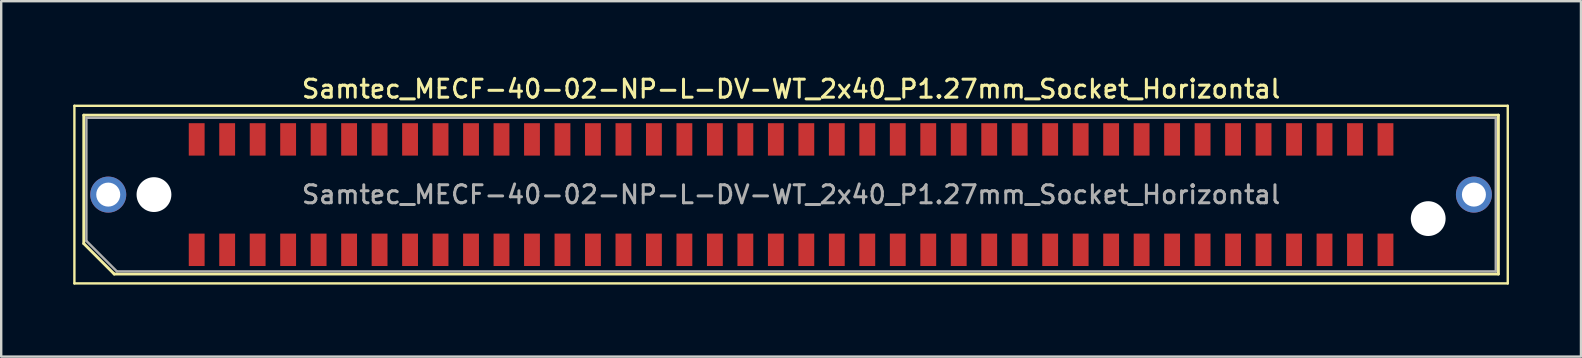
<source format=kicad_pcb>
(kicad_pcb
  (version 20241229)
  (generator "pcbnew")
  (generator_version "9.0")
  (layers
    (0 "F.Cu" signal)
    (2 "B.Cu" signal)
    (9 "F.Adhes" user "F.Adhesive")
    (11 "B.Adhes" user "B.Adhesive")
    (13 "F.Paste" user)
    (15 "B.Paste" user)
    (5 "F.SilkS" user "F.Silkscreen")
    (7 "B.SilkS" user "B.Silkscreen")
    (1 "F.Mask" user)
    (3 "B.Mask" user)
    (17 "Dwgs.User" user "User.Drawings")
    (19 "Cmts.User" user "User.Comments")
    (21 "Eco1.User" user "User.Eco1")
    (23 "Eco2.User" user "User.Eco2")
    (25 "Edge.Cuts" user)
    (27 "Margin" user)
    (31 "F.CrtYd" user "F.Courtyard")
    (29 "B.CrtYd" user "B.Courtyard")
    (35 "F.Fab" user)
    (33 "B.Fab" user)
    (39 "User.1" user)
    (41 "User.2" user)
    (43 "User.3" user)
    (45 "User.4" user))
  (footprint "Samtec_MECF-40-02-NP-L-DV-WT_2x40_P1.27mm_Socket_Horizontal"
    (layer "F.Cu")
    (at 29.91 5.058)
    (property "Reference" "Samtec_MECF-40-02-NP-L-DV-WT_2x40_P1.27mm_Socket_Horizontal" (at 0 -4.4 0) (layer "F.SilkS") (effects (font (size 0.75 0.75) (thickness 0.125))))
    (attr smd)
    (fp_line (start -29.86 -3.7) (end -29.86 3.7) (stroke (width 0.1) (type solid)) (layer "F.SilkS"))
    (fp_line (start -29.86 3.7) (end 29.86 3.7) (stroke (width 0.1) (type solid)) (layer "F.SilkS"))
    (fp_line (start -29.47 -3.31) (end 29.47 -3.31) (stroke (width 0.12) (type solid)) (layer "F.SilkS"))
    (fp_line (start -29.47 2.04) (end -29.47 -3.31) (stroke (width 0.12) (type solid)) (layer "F.SilkS"))
    (fp_line (start -28.2 3.31) (end -29.47 2.04) (stroke (width 0.12) (type solid)) (layer "F.SilkS"))
    (fp_line (start -28.2 3.31) (end 29.47 3.31) (stroke (width 0.12) (type solid)) (layer "F.SilkS"))
    (fp_line (start 29.47 3.31) (end 29.47 -3.31) (stroke (width 0.12) (type solid)) (layer "F.SilkS"))
    (fp_line (start 29.86 -3.7) (end -29.86 -3.7) (stroke (width 0.1) (type solid)) (layer "F.SilkS"))
    (fp_line (start 29.86 3.7) (end 29.86 -3.7) (stroke (width 0.1) (type solid)) (layer "F.SilkS"))
    (fp_line (start -29.36 -3.2) (end 29.36 -3.2) (stroke (width 0.1) (type solid)) (layer "F.Fab"))
    (fp_line (start -29.36 1.93) (end -29.36 -3.2) (stroke (width 0.1) (type solid)) (layer "F.Fab"))
    (fp_line (start -29.36 1.93) (end -28.09 3.2) (stroke (width 0.1) (type solid)) (layer "F.Fab"))
    (fp_line (start -28.09 3.2) (end 29.36 3.2) (stroke (width 0.1) (type solid)) (layer "F.Fab"))
    (fp_line (start 29.36 3.2) (end 29.36 -3.2) (stroke (width 0.1) (type solid)) (layer "F.Fab"))
    (fp_text user "${REFERENCE}" (at 0 0 0) (layer "F.Fab") (effects (font (size 0.75 0.75) (thickness 0.125))))
    (pad "" thru_hole circle (at -28.45 0) (size 1.5 1.5) (drill 1) (layers "*.Cu" "*.Mask"))
    (pad "" np_thru_hole circle (at -26.545 0) (size 1.45 1.45) (drill 1.45) (layers "*.Cu" "*.Mask"))
    (pad "" np_thru_hole circle (at 26.545 1) (size 1.45 1.45) (drill 1.45) (layers "*.Cu" "*.Mask"))
    (pad "" thru_hole circle (at 28.45 0) (size 1.5 1.5) (drill 1) (layers "*.Cu" "*.Mask"))
    (pad "1" smd rect (at -24.765 2.3) (size 0.66 1.35) (layers "F.Cu" "F.Mask" "F.Paste"))
    (pad "2" smd rect (at -24.765 -2.3) (size 0.66 1.35) (layers "F.Cu" "F.Mask" "F.Paste"))
    (pad "3" smd rect (at -23.495 2.3) (size 0.66 1.35) (layers "F.Cu" "F.Mask" "F.Paste"))
    (pad "4" smd rect (at -23.495 -2.3) (size 0.66 1.35) (layers "F.Cu" "F.Mask" "F.Paste"))
    (pad "5" smd rect (at -22.225 2.3) (size 0.66 1.35) (layers "F.Cu" "F.Mask" "F.Paste"))
    (pad "6" smd rect (at -22.225 -2.3) (size 0.66 1.35) (layers "F.Cu" "F.Mask" "F.Paste"))
    (pad "7" smd rect (at -20.955 2.3) (size 0.66 1.35) (layers "F.Cu" "F.Mask" "F.Paste"))
    (pad "8" smd rect (at -20.955 -2.3) (size 0.66 1.35) (layers "F.Cu" "F.Mask" "F.Paste"))
    (pad "9" smd rect (at -19.685 2.3) (size 0.66 1.35) (layers "F.Cu" "F.Mask" "F.Paste"))
    (pad "10" smd rect (at -19.685 -2.3) (size 0.66 1.35) (layers "F.Cu" "F.Mask" "F.Paste"))
    (pad "11" smd rect (at -18.415 2.3) (size 0.66 1.35) (layers "F.Cu" "F.Mask" "F.Paste"))
    (pad "12" smd rect (at -18.415 -2.3) (size 0.66 1.35) (layers "F.Cu" "F.Mask" "F.Paste"))
    (pad "13" smd rect (at -17.145 2.3) (size 0.66 1.35) (layers "F.Cu" "F.Mask" "F.Paste"))
    (pad "14" smd rect (at -17.145 -2.3) (size 0.66 1.35) (layers "F.Cu" "F.Mask" "F.Paste"))
    (pad "15" smd rect (at -15.875 2.3) (size 0.66 1.35) (layers "F.Cu" "F.Mask" "F.Paste"))
    (pad "16" smd rect (at -15.875 -2.3) (size 0.66 1.35) (layers "F.Cu" "F.Mask" "F.Paste"))
    (pad "17" smd rect (at -14.605 2.3) (size 0.66 1.35) (layers "F.Cu" "F.Mask" "F.Paste"))
    (pad "18" smd rect (at -14.605 -2.3) (size 0.66 1.35) (layers "F.Cu" "F.Mask" "F.Paste"))
    (pad "19" smd rect (at -13.335 2.3) (size 0.66 1.35) (layers "F.Cu" "F.Mask" "F.Paste"))
    (pad "20" smd rect (at -13.335 -2.3) (size 0.66 1.35) (layers "F.Cu" "F.Mask" "F.Paste"))
    (pad "21" smd rect (at -12.065 2.3) (size 0.66 1.35) (layers "F.Cu" "F.Mask" "F.Paste"))
    (pad "22" smd rect (at -12.065 -2.3) (size 0.66 1.35) (layers "F.Cu" "F.Mask" "F.Paste"))
    (pad "23" smd rect (at -10.795 2.3) (size 0.66 1.35) (layers "F.Cu" "F.Mask" "F.Paste"))
    (pad "24" smd rect (at -10.795 -2.3) (size 0.66 1.35) (layers "F.Cu" "F.Mask" "F.Paste"))
    (pad "25" smd rect (at -9.525 2.3) (size 0.66 1.35) (layers "F.Cu" "F.Mask" "F.Paste"))
    (pad "26" smd rect (at -9.525 -2.3) (size 0.66 1.35) (layers "F.Cu" "F.Mask" "F.Paste"))
    (pad "27" smd rect (at -8.255 2.3) (size 0.66 1.35) (layers "F.Cu" "F.Mask" "F.Paste"))
    (pad "28" smd rect (at -8.255 -2.3) (size 0.66 1.35) (layers "F.Cu" "F.Mask" "F.Paste"))
    (pad "29" smd rect (at -6.985 2.3) (size 0.66 1.35) (layers "F.Cu" "F.Mask" "F.Paste"))
    (pad "30" smd rect (at -6.985 -2.3) (size 0.66 1.35) (layers "F.Cu" "F.Mask" "F.Paste"))
    (pad "31" smd rect (at -5.715 2.3) (size 0.66 1.35) (layers "F.Cu" "F.Mask" "F.Paste"))
    (pad "32" smd rect (at -5.715 -2.3) (size 0.66 1.35) (layers "F.Cu" "F.Mask" "F.Paste"))
    (pad "33" smd rect (at -4.445 2.3) (size 0.66 1.35) (layers "F.Cu" "F.Mask" "F.Paste"))
    (pad "34" smd rect (at -4.445 -2.3) (size 0.66 1.35) (layers "F.Cu" "F.Mask" "F.Paste"))
    (pad "35" smd rect (at -3.175 2.3) (size 0.66 1.35) (layers "F.Cu" "F.Mask" "F.Paste"))
    (pad "36" smd rect (at -3.175 -2.3) (size 0.66 1.35) (layers "F.Cu" "F.Mask" "F.Paste"))
    (pad "37" smd rect (at -1.905 2.3) (size 0.66 1.35) (layers "F.Cu" "F.Mask" "F.Paste"))
    (pad "38" smd rect (at -1.905 -2.3) (size 0.66 1.35) (layers "F.Cu" "F.Mask" "F.Paste"))
    (pad "39" smd rect (at -0.635 2.3) (size 0.66 1.35) (layers "F.Cu" "F.Mask" "F.Paste"))
    (pad "40" smd rect (at -0.635 -2.3) (size 0.66 1.35) (layers "F.Cu" "F.Mask" "F.Paste"))
    (pad "41" smd rect (at 0.635 2.3) (size 0.66 1.35) (layers "F.Cu" "F.Mask" "F.Paste"))
    (pad "42" smd rect (at 0.635 -2.3) (size 0.66 1.35) (layers "F.Cu" "F.Mask" "F.Paste"))
    (pad "43" smd rect (at 1.905 2.3) (size 0.66 1.35) (layers "F.Cu" "F.Mask" "F.Paste"))
    (pad "44" smd rect (at 1.905 -2.3) (size 0.66 1.35) (layers "F.Cu" "F.Mask" "F.Paste"))
    (pad "45" smd rect (at 3.175 2.3) (size 0.66 1.35) (layers "F.Cu" "F.Mask" "F.Paste"))
    (pad "46" smd rect (at 3.175 -2.3) (size 0.66 1.35) (layers "F.Cu" "F.Mask" "F.Paste"))
    (pad "47" smd rect (at 4.445 2.3) (size 0.66 1.35) (layers "F.Cu" "F.Mask" "F.Paste"))
    (pad "48" smd rect (at 4.445 -2.3) (size 0.66 1.35) (layers "F.Cu" "F.Mask" "F.Paste"))
    (pad "49" smd rect (at 5.715 2.3) (size 0.66 1.35) (layers "F.Cu" "F.Mask" "F.Paste"))
    (pad "50" smd rect (at 5.715 -2.3) (size 0.66 1.35) (layers "F.Cu" "F.Mask" "F.Paste"))
    (pad "51" smd rect (at 6.985 2.3) (size 0.66 1.35) (layers "F.Cu" "F.Mask" "F.Paste"))
    (pad "52" smd rect (at 6.985 -2.3) (size 0.66 1.35) (layers "F.Cu" "F.Mask" "F.Paste"))
    (pad "53" smd rect (at 8.255 2.3) (size 0.66 1.35) (layers "F.Cu" "F.Mask" "F.Paste"))
    (pad "54" smd rect (at 8.255 -2.3) (size 0.66 1.35) (layers "F.Cu" "F.Mask" "F.Paste"))
    (pad "55" smd rect (at 9.525 2.3) (size 0.66 1.35) (layers "F.Cu" "F.Mask" "F.Paste"))
    (pad "56" smd rect (at 9.525 -2.3) (size 0.66 1.35) (layers "F.Cu" "F.Mask" "F.Paste"))
    (pad "57" smd rect (at 10.795 2.3) (size 0.66 1.35) (layers "F.Cu" "F.Mask" "F.Paste"))
    (pad "58" smd rect (at 10.795 -2.3) (size 0.66 1.35) (layers "F.Cu" "F.Mask" "F.Paste"))
    (pad "59" smd rect (at 12.065 2.3) (size 0.66 1.35) (layers "F.Cu" "F.Mask" "F.Paste"))
    (pad "60" smd rect (at 12.065 -2.3) (size 0.66 1.35) (layers "F.Cu" "F.Mask" "F.Paste"))
    (pad "61" smd rect (at 13.335 2.3) (size 0.66 1.35) (layers "F.Cu" "F.Mask" "F.Paste"))
    (pad "62" smd rect (at 13.335 -2.3) (size 0.66 1.35) (layers "F.Cu" "F.Mask" "F.Paste"))
    (pad "63" smd rect (at 14.605 2.3) (size 0.66 1.35) (layers "F.Cu" "F.Mask" "F.Paste"))
    (pad "64" smd rect (at 14.605 -2.3) (size 0.66 1.35) (layers "F.Cu" "F.Mask" "F.Paste"))
    (pad "65" smd rect (at 15.875 2.3) (size 0.66 1.35) (layers "F.Cu" "F.Mask" "F.Paste"))
    (pad "66" smd rect (at 15.875 -2.3) (size 0.66 1.35) (layers "F.Cu" "F.Mask" "F.Paste"))
    (pad "67" smd rect (at 17.145 2.3) (size 0.66 1.35) (layers "F.Cu" "F.Mask" "F.Paste"))
    (pad "68" smd rect (at 17.145 -2.3) (size 0.66 1.35) (layers "F.Cu" "F.Mask" "F.Paste"))
    (pad "69" smd rect (at 18.415 2.3) (size 0.66 1.35) (layers "F.Cu" "F.Mask" "F.Paste"))
    (pad "70" smd rect (at 18.415 -2.3) (size 0.66 1.35) (layers "F.Cu" "F.Mask" "F.Paste"))
    (pad "71" smd rect (at 19.685 2.3) (size 0.66 1.35) (layers "F.Cu" "F.Mask" "F.Paste"))
    (pad "72" smd rect (at 19.685 -2.3) (size 0.66 1.35) (layers "F.Cu" "F.Mask" "F.Paste"))
    (pad "73" smd rect (at 20.955 2.3) (size 0.66 1.35) (layers "F.Cu" "F.Mask" "F.Paste"))
    (pad "74" smd rect (at 20.955 -2.3) (size 0.66 1.35) (layers "F.Cu" "F.Mask" "F.Paste"))
    (pad "75" smd rect (at 22.225 2.3) (size 0.66 1.35) (layers "F.Cu" "F.Mask" "F.Paste"))
    (pad "76" smd rect (at 22.225 -2.3) (size 0.66 1.35) (layers "F.Cu" "F.Mask" "F.Paste"))
    (pad "77" smd rect (at 23.495 2.3) (size 0.66 1.35) (layers "F.Cu" "F.Mask" "F.Paste"))
    (pad "78" smd rect (at 23.495 -2.3) (size 0.66 1.35) (layers "F.Cu" "F.Mask" "F.Paste"))
    (pad "79" smd rect (at 24.765 2.3) (size 0.66 1.35) (layers "F.Cu" "F.Mask" "F.Paste"))
    (pad "80" smd rect (at 24.765 -2.3) (size 0.66 1.35) (layers "F.Cu" "F.Mask" "F.Paste")))
  (gr_rect
    (start -3 -3)
    (end 62.82 11.808)
    (stroke (width 0.1) (type default))
    (fill no)
    (layer "Edge.Cuts")))
</source>
